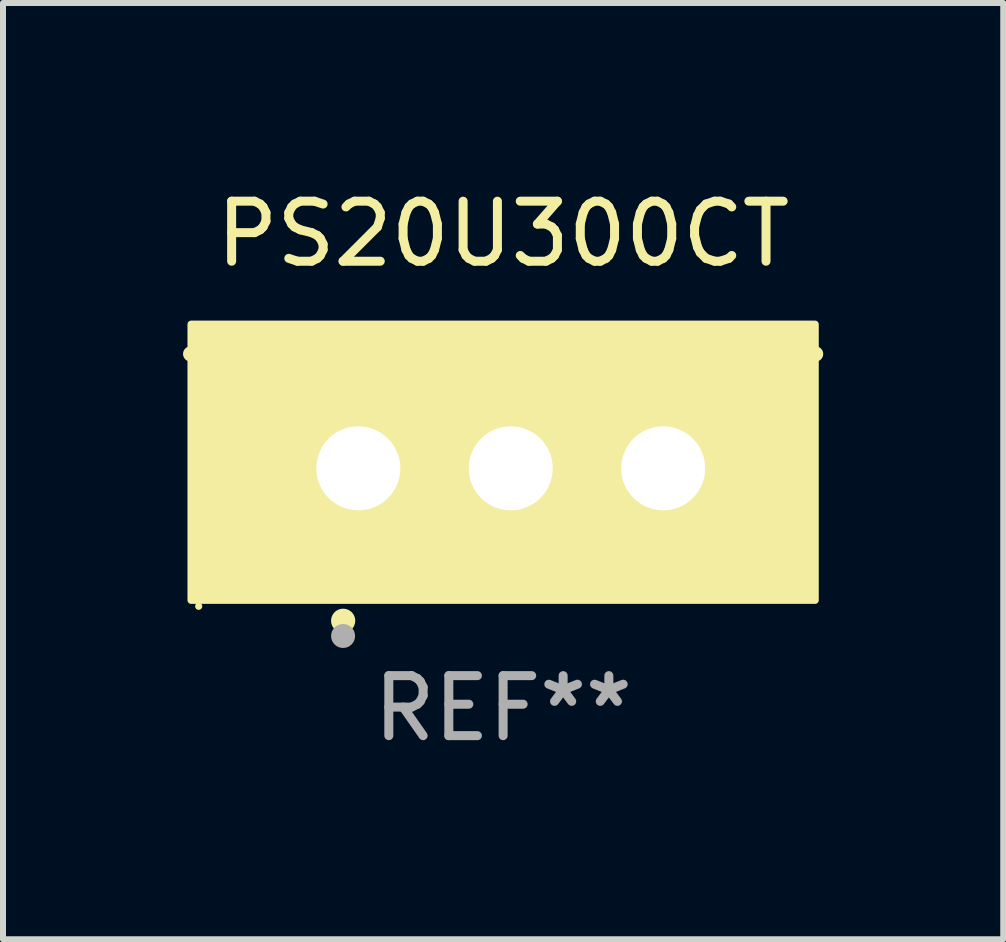
<source format=kicad_pcb>
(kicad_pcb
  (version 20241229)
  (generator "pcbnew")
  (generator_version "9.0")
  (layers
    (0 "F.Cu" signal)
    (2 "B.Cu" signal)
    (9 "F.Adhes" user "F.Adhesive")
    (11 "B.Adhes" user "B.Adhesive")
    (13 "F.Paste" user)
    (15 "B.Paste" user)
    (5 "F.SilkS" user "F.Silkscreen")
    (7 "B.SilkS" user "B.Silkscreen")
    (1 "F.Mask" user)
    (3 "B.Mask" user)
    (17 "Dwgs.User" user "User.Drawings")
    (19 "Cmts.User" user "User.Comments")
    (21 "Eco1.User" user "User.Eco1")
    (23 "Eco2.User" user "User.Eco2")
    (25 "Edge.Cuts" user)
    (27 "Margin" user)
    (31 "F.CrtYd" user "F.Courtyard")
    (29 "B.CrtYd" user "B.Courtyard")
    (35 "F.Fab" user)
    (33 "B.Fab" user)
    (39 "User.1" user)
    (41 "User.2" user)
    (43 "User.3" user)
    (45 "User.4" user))
  (footprint "PS20U300CT"
    (layer "F.Cu")
    (at 5.334 3.801)
    (property "Reference" "PS20U300CT" (at 0 -2.953 0) (layer "F.SilkS") (effects (font (size 1 1) (thickness 0.15))))
    (attr through_hole)
    (fp_line (start 5.207 -0.953) (end -5.207 -0.953) (stroke (width 0.254) (type solid)) (layer "F.SilkS"))
    (fp_arc (start -2.66698 3.49252) (mid -2.66571 3.492516) (end -2.66444 3.49252) (stroke (width 0.4) (type solid)) (layer "F.SilkS"))
    (fp_circle (center -5.073 3.252) (end -5.043 3.252) (stroke (width 0.06) (type solid)) (fill no) (layer "F.SilkS"))
    (fp_poly (pts (xy -5.2 -1.448) (xy 5.2 -1.448) (xy 5.2 3.152) (xy -5.2 3.152)) (stroke (width 0.12) (type solid)) (fill yes) (layer "F.SilkS"))
    (fp_circle (center -2.667 3.747) (end -2.567 3.747) (stroke (width 0.2) (type solid)) (fill no) (layer "F.Fab"))
    (fp_text user "REF**" (at 0 4.953 0) (layer "F.Fab") (effects (font (size 1 1) (thickness 0.15))))
    (pad "1" thru_hole rect (at -2.413 0.953) (size 2 2.5) (drill 1.4) (layers "*.Cu" "*.Mask"))
    (pad "2" thru_hole oval (at 0.127 0.953) (size 2 2.5) (drill 1.4) (layers "*.Cu" "*.Mask"))
    (pad "3" thru_hole oval (at 2.667 0.953) (size 2 2.5) (drill 1.4) (layers "*.Cu" "*.Mask")))
  (gr_rect
    (start -3 -3)
    (end 13.668 12.602)
    (stroke (width 0.1) (type default))
    (fill no)
    (layer "Edge.Cuts")))
</source>
